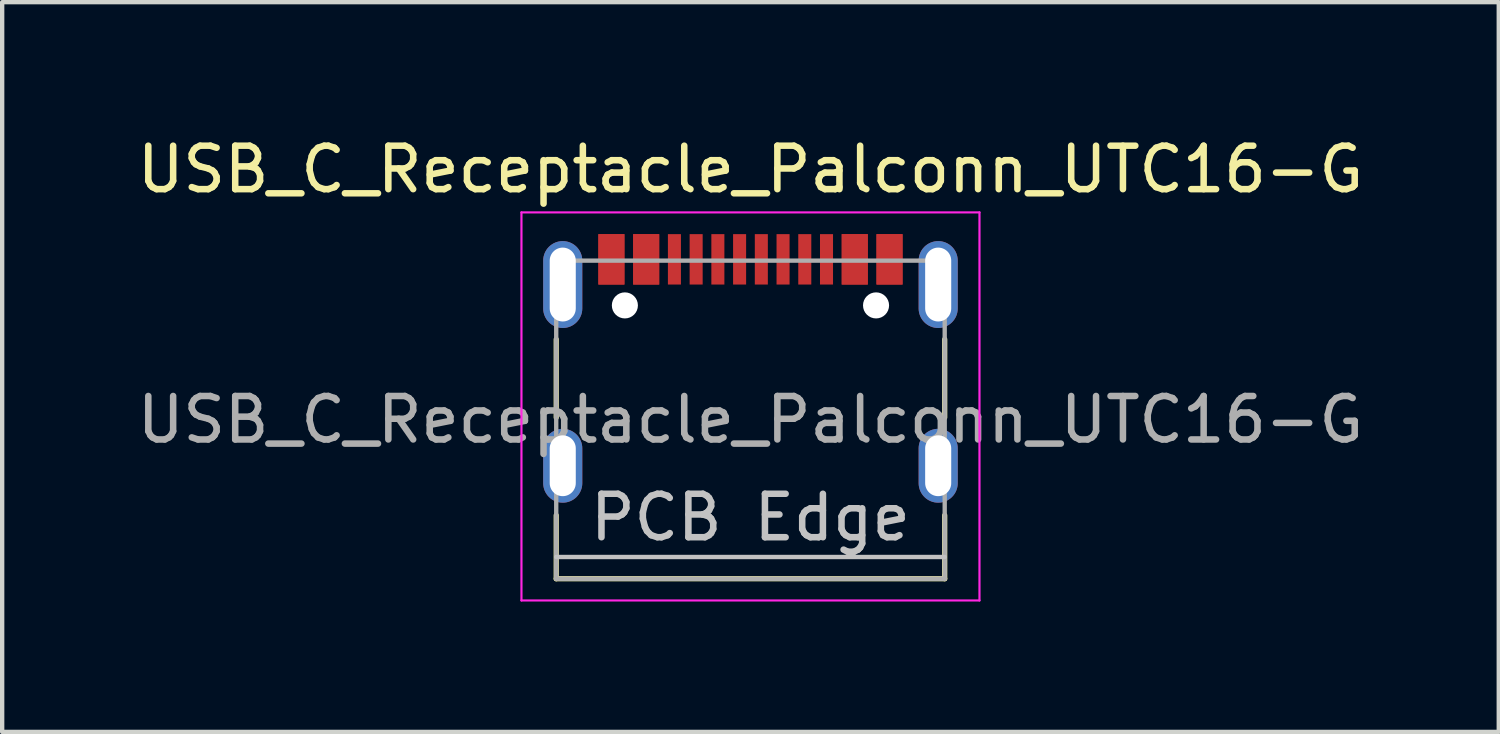
<source format=kicad_pcb>
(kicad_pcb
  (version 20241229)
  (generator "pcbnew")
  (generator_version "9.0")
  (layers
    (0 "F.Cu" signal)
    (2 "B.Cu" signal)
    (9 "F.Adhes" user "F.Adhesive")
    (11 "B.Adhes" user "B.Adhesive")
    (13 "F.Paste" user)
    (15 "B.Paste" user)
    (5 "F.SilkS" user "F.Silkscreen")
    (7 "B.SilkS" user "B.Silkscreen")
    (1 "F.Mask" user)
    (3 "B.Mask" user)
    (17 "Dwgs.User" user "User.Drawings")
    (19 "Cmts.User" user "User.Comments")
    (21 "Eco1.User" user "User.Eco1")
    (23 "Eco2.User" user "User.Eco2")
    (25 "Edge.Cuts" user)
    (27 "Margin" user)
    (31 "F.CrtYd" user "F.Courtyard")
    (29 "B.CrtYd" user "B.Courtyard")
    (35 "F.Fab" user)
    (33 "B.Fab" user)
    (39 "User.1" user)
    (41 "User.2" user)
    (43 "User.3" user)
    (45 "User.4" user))
  (footprint "USB_C_Receptacle_Palconn_UTC16-G"
    (layer "F.Cu")
    (at 14.22 5.428)
    (property "Reference" "USB_C_Receptacle_Palconn_UTC16-G" (at 0 -4.58 0) (layer "F.SilkS") (effects (font (size 1 1) (thickness 0.15))))
    (attr smd)
    (fp_line (start -4.47 -0.67) (end -4.47 1.13) (stroke (width 0.12) (type solid)) (layer "F.SilkS"))
    (fp_line (start -4.47 4.84) (end -4.47 3.38) (stroke (width 0.12) (type solid)) (layer "F.SilkS"))
    (fp_line (start 4.47 -0.67) (end 4.47 1.13) (stroke (width 0.12) (type solid)) (layer "F.SilkS"))
    (fp_line (start 4.47 4.84) (end -4.47 4.84) (stroke (width 0.12) (type solid)) (layer "F.SilkS"))
    (fp_line (start 4.47 4.84) (end 4.47 3.38) (stroke (width 0.12) (type solid)) (layer "F.SilkS"))
    (fp_line (start -4.47 4.34) (end 4.47 4.34) (stroke (width 0.1) (type solid)) (layer "Dwgs.User"))
    (fp_line (start -5.27 -3.59) (end -5.27 5.34) (stroke (width 0.05) (type solid)) (layer "F.CrtYd"))
    (fp_line (start -5.27 5.34) (end 5.27 5.34) (stroke (width 0.05) (type solid)) (layer "F.CrtYd"))
    (fp_line (start 5.27 -3.59) (end -5.27 -3.59) (stroke (width 0.05) (type solid)) (layer "F.CrtYd"))
    (fp_line (start 5.27 5.34) (end 5.27 -3.59) (stroke (width 0.05) (type solid)) (layer "F.CrtYd"))
    (fp_line (start -4.47 -2.48) (end -4.47 4.84) (stroke (width 0.1) (type solid)) (layer "F.Fab"))
    (fp_line (start -4.47 -2.48) (end 4.47 -2.48) (stroke (width 0.1) (type solid)) (layer "F.Fab"))
    (fp_line (start 4.47 -2.48) (end 4.47 4.84) (stroke (width 0.1) (type solid)) (layer "F.Fab"))
    (fp_line (start 4.47 4.84) (end -4.47 4.84) (stroke (width 0.1) (type solid)) (layer "F.Fab"))
    (fp_text user "PCB Edge" (at 0 3.43 0) (layer "Dwgs.User") (effects (font (size 1 1) (thickness 0.15))))
    (fp_text user "${REFERENCE}" (at 0 1.18 0) (layer "F.Fab") (effects (font (size 1 1) (thickness 0.15))))
    (pad "" np_thru_hole circle (at -2.89 -1.45 180) (size 0.6 0.6) (drill 0.6) (layers "*.Cu" "*.Mask"))
    (pad "" np_thru_hole circle (at 2.89 -1.45 180) (size 0.6 0.6) (drill 0.6) (layers "*.Cu" "*.Mask"))
    (pad "A1" smd rect (at -3.2 -2.51) (size 0.6 1.16) (layers "F.Cu" "F.Mask" "F.Paste"))
    (pad "A4" smd rect (at -2.4 -2.51) (size 0.6 1.16) (layers "F.Cu" "F.Mask" "F.Paste"))
    (pad "A5" smd rect (at -1.25 -2.51 180) (size 0.3 1.16) (layers "F.Cu" "F.Mask" "F.Paste"))
    (pad "A6" smd rect (at -0.25 -2.51 180) (size 0.3 1.16) (layers "F.Cu" "F.Mask" "F.Paste"))
    (pad "A7" smd rect (at 0.25 -2.51 180) (size 0.3 1.16) (layers "F.Cu" "F.Mask" "F.Paste"))
    (pad "A8" smd rect (at 1.25 -2.51 180) (size 0.3 1.16) (layers "F.Cu" "F.Mask" "F.Paste"))
    (pad "A9" smd rect (at 2.4 -2.51) (size 0.6 1.16) (layers "F.Cu" "F.Mask" "F.Paste"))
    (pad "A12" smd rect (at 3.2 -2.51) (size 0.6 1.16) (layers "F.Cu" "F.Mask" "F.Paste"))
    (pad "B1" smd rect (at 3.2 -2.51) (size 0.6 1.16) (layers "F.Cu" "F.Mask" "F.Paste"))
    (pad "B4" smd rect (at 2.4 -2.51) (size 0.6 1.16) (layers "F.Cu" "F.Mask" "F.Paste"))
    (pad "B5" smd rect (at 1.75 -2.51 180) (size 0.3 1.16) (layers "F.Cu" "F.Mask" "F.Paste"))
    (pad "B6" smd rect (at 0.75 -2.51 180) (size 0.3 1.16) (layers "F.Cu" "F.Mask" "F.Paste"))
    (pad "B7" smd rect (at -0.75 -2.51 180) (size 0.3 1.16) (layers "F.Cu" "F.Mask" "F.Paste"))
    (pad "B8" smd rect (at -1.75 -2.51 180) (size 0.3 1.16) (layers "F.Cu" "F.Mask" "F.Paste"))
    (pad "B9" smd rect (at -2.4 -2.51) (size 0.6 1.16) (layers "F.Cu" "F.Mask" "F.Paste"))
    (pad "B12" smd rect (at -3.2 -2.51) (size 0.6 1.16) (layers "F.Cu" "F.Mask" "F.Paste"))
    (pad "S1" thru_hole oval (at -4.32 -1.93 90) (size 2 0.9) (drill oval 1.7 0.6) (layers "*.Cu" "*.Mask"))
    (pad "S1" thru_hole oval (at -4.32 2.24 90) (size 1.7 0.9) (drill oval 1.4 0.6) (layers "*.Cu" "*.Mask"))
    (pad "S1" thru_hole oval (at 4.32 -1.93 90) (size 2 0.9) (drill oval 1.7 0.6) (layers "*.Cu" "*.Mask"))
    (pad "S1" thru_hole oval (at 4.32 2.24 90) (size 1.7 0.9) (drill oval 1.4 0.6) (layers "*.Cu" "*.Mask")))
  (gr_rect
    (start -3 -3)
    (end 31.44 13.793)
    (stroke (width 0.1) (type default))
    (fill no)
    (layer "Edge.Cuts")))
</source>
